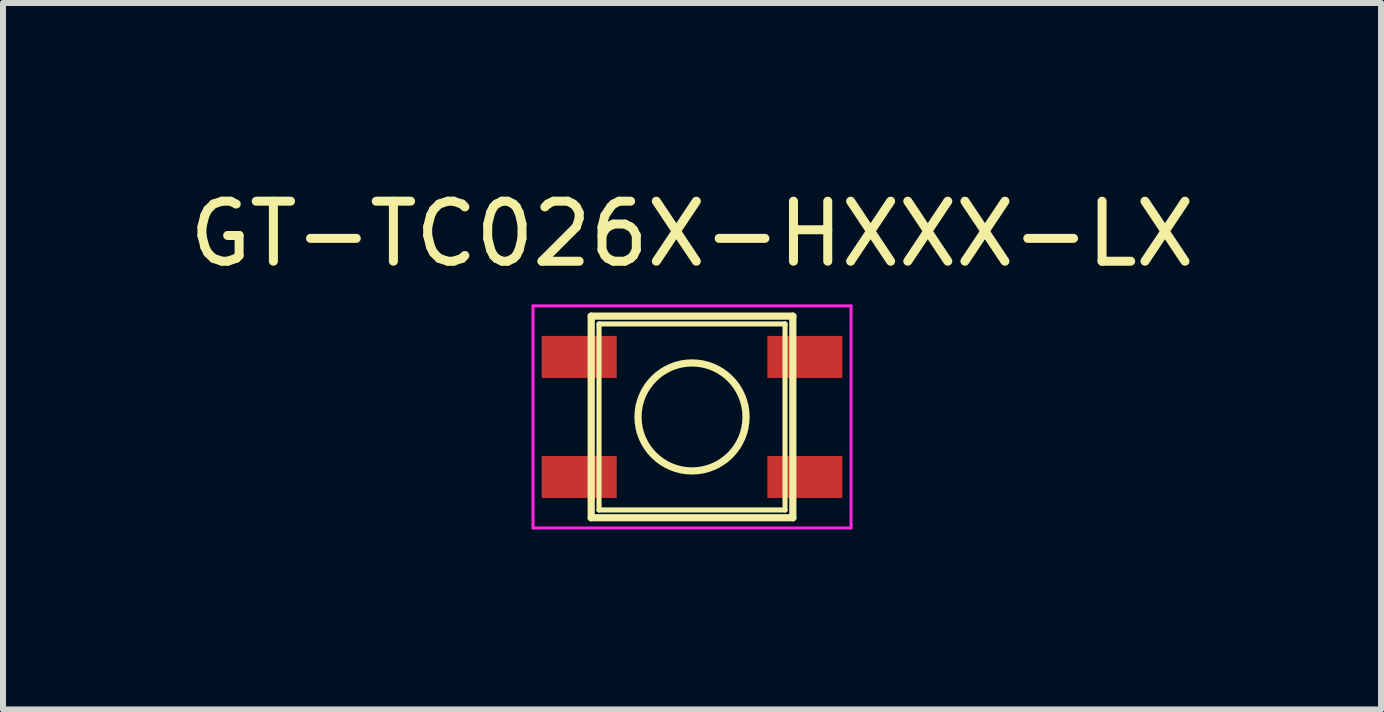
<source format=kicad_pcb>
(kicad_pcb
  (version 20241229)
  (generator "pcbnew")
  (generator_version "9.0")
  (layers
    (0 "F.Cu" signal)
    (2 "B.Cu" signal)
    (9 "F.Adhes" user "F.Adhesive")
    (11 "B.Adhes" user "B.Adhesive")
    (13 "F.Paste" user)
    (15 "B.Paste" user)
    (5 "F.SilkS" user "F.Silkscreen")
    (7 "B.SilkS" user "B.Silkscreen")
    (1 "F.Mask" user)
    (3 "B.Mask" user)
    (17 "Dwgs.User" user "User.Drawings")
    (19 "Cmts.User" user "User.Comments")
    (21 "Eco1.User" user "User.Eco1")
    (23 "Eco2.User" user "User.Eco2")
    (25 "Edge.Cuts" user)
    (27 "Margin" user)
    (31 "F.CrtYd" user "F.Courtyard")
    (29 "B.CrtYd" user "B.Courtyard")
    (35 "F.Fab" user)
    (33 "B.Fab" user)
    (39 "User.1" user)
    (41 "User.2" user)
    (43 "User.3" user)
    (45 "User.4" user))
  (footprint "GT-TC026X-HXXX-LX"
    (layer "F.Cu")
    (at 8.482 3.898)
    (property "Reference" "GT-TC026X-HXXX-LX" (at 0 -3.05 0) (layer "F.SilkS") (effects (font (size 1 1) (thickness 0.15))))
    (attr through_hole)
    (fp_line (start -1.68 -1.68) (end -1.68 1.68) (stroke (width 0.12) (type solid)) (layer "F.SilkS"))
    (fp_line (start -1.68 -1.68) (end 1.68 -1.68) (stroke (width 0.12) (type solid)) (layer "F.SilkS"))
    (fp_line (start -1.68 1.68) (end 1.68 1.68) (stroke (width 0.12) (type solid)) (layer "F.SilkS"))
    (fp_line (start -1.55 -1.55) (end -1.55 1.55) (stroke (width 0.085) (type solid)) (layer "F.SilkS"))
    (fp_line (start -1.55 -1.55) (end 1.55 -1.55) (stroke (width 0.085) (type solid)) (layer "F.SilkS"))
    (fp_line (start -1.55 1.55) (end 1.55 1.55) (stroke (width 0.085) (type solid)) (layer "F.SilkS"))
    (fp_line (start 1.55 -1.55) (end 1.55 1.55) (stroke (width 0.085) (type solid)) (layer "F.SilkS"))
    (fp_line (start 1.68 -1.68) (end 1.68 1.68) (stroke (width 0.12) (type solid)) (layer "F.SilkS"))
    (fp_circle (center 0 0) (end 0.9 0) (stroke (width 0.12) (type solid)) (fill no) (layer "F.SilkS"))
    (fp_line (start -2.65 -1.85) (end -2.65 1.85) (stroke (width 0.05) (type solid)) (layer "F.CrtYd"))
    (fp_line (start -2.65 -1.85) (end 2.65 -1.85) (stroke (width 0.05) (type solid)) (layer "F.CrtYd"))
    (fp_line (start -2.65 1.85) (end 2.65 1.85) (stroke (width 0.05) (type solid)) (layer "F.CrtYd"))
    (fp_line (start 2.65 -1.85) (end 2.65 1.85) (stroke (width 0.05) (type solid)) (layer "F.CrtYd"))
    (pad "1" smd rect (at -1.88 -1) (size 1.25 0.7) (layers "F.Cu" "F.Mask" "F.Paste"))
    (pad "2" smd rect (at 1.88 -1) (size 1.25 0.7) (layers "F.Cu" "F.Mask" "F.Paste"))
    (pad "3" smd rect (at -1.88 1) (size 1.25 0.7) (layers "F.Cu" "F.Mask" "F.Paste"))
    (pad "4" smd rect (at 1.88 1) (size 1.25 0.7) (layers "F.Cu" "F.Mask" "F.Paste")))
  (gr_rect
    (start -3 -3)
    (end 19.964 8.773)
    (stroke (width 0.1) (type default))
    (fill no)
    (layer "Edge.Cuts")))
</source>
